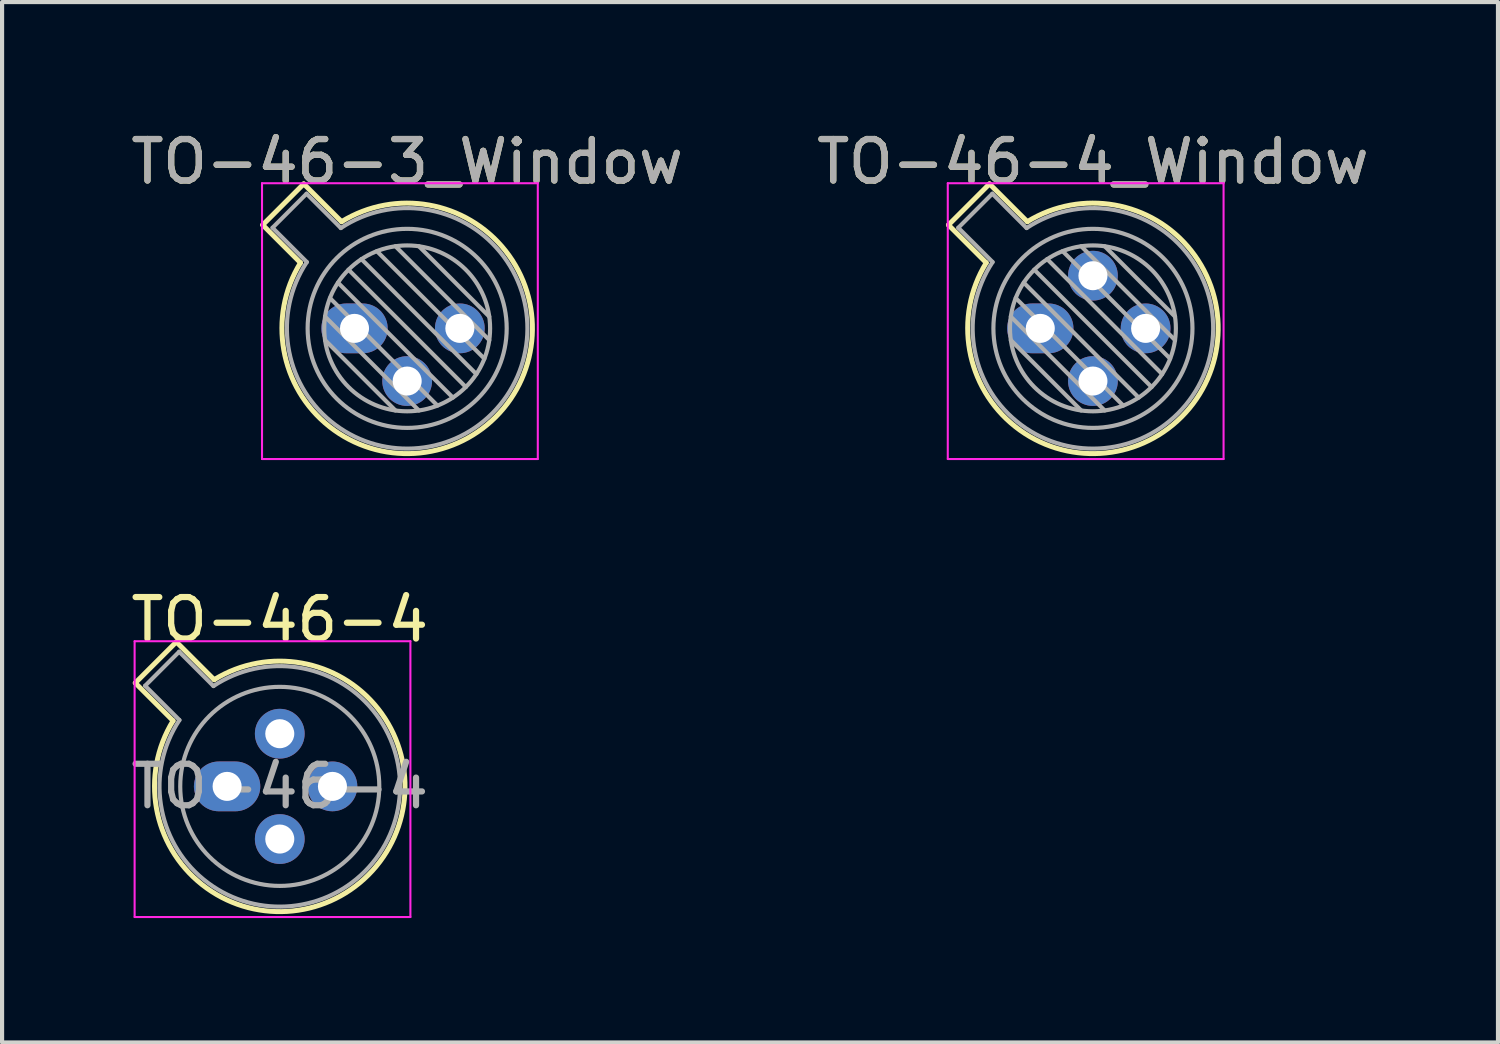
<source format=kicad_pcb>
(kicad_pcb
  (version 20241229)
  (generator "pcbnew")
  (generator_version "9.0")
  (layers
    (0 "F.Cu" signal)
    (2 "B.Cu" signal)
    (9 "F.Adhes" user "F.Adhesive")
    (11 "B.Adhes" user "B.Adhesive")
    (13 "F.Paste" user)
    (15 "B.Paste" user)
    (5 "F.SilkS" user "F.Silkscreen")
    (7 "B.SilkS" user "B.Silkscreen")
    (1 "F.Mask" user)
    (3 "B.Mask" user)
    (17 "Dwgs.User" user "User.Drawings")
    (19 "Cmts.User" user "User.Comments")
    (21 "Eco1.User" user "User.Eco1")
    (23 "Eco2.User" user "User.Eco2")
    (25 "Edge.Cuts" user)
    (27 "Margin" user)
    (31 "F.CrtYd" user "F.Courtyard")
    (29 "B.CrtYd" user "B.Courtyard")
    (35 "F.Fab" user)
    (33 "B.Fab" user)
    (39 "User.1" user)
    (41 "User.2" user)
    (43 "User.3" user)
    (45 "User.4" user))
  (footprint "TO-46-4_Window"
    (layer "F.Cu")
    (at 22.034 4.868)
    (property "Reference" "TO-46-4_Window" (at 1.27 -4.02 0) (layer "F.SilkS") (effects (font (size 1 1) (thickness 0.15))))
    (attr through_hole)
    (fp_line (start -2.214 -2.494) (end -1.302 -1.582) (stroke (width 0.12) (type solid)) (layer "F.SilkS"))
    (fp_line (start -1.224 -3.484) (end -2.214 -2.494) (stroke (width 0.12) (type solid)) (layer "F.SilkS"))
    (fp_line (start -0.312 -2.572) (end -1.224 -3.484) (stroke (width 0.12) (type solid)) (layer "F.SilkS"))
    (fp_arc (start -0.312331 -2.572281) (mid 3.405374 2.135551) (end -1.30215 -1.582544) (stroke (width 0.12) (type solid)) (layer "F.SilkS"))
    (fp_line (start -2.23 -3.5) (end -2.23 3.15) (stroke (width 0.05) (type solid)) (layer "F.CrtYd"))
    (fp_line (start -2.23 3.15) (end 4.42 3.15) (stroke (width 0.05) (type solid)) (layer "F.CrtYd"))
    (fp_line (start 4.42 -3.5) (end -2.23 -3.5) (stroke (width 0.05) (type solid)) (layer "F.CrtYd"))
    (fp_line (start 4.42 3.15) (end 4.42 -3.5) (stroke (width 0.05) (type solid)) (layer "F.CrtYd"))
    (fp_line (start -1.977 -2.426) (end -1.149 -1.599) (stroke (width 0.1) (type solid)) (layer "F.Fab"))
    (fp_line (start -1.156 -3.247) (end -1.977 -2.426) (stroke (width 0.1) (type solid)) (layer "F.Fab"))
    (fp_line (start -0.71 -0.283) (end 1.553 1.98) (stroke (width 0.1) (type solid)) (layer "F.Fab"))
    (fp_line (start -0.71 0.283) (end 0.987 1.98) (stroke (width 0.1) (type solid)) (layer "F.Fab"))
    (fp_line (start -0.592 -0.731) (end 2.001 1.862) (stroke (width 0.1) (type solid)) (layer "F.Fab"))
    (fp_line (start -0.399 -1.103) (end 2.373 1.669) (stroke (width 0.1) (type solid)) (layer "F.Fab"))
    (fp_line (start -0.329 -2.419) (end -1.156 -3.247) (stroke (width 0.1) (type solid)) (layer "F.Fab"))
    (fp_line (start -0.145 -1.415) (end 2.685 1.415) (stroke (width 0.1) (type solid)) (layer "F.Fab"))
    (fp_line (start 0.167 -1.669) (end 2.939 1.103) (stroke (width 0.1) (type solid)) (layer "F.Fab"))
    (fp_line (start 0.539 -1.862) (end 3.132 0.731) (stroke (width 0.1) (type solid)) (layer "F.Fab"))
    (fp_line (start 0.987 -1.98) (end 3.25 0.283) (stroke (width 0.1) (type solid)) (layer "F.Fab"))
    (fp_line (start 1.553 -1.98) (end 3.25 -0.283) (stroke (width 0.1) (type solid)) (layer "F.Fab"))
    (fp_arc (start -0.329057 -2.419301) (mid 3.321075 2.050145) (end -1.150029 -1.597956) (stroke (width 0.1) (type solid)) (layer "F.Fab"))
    (fp_circle (center 1.27 0) (end 3.27 0) (stroke (width 0.1) (type solid)) (fill no) (layer "F.Fab"))
    (fp_circle (center 1.27 0) (end 3.67 0) (stroke (width 0.1) (type solid)) (fill no) (layer "F.Fab"))
    (fp_text user "${REFERENCE}" (at 1.27 -4.02 0) (layer "F.Fab") (effects (font (size 1 1) (thickness 0.15))))
    (pad "1" thru_hole oval (at 0 0) (size 1.6 1.2) (drill 0.7) (layers "*.Cu" "*.Mask"))
    (pad "2" thru_hole oval (at 1.27 1.27) (size 1.2 1.2) (drill 0.7) (layers "*.Cu" "*.Mask"))
    (pad "3" thru_hole oval (at 2.54 0) (size 1.2 1.2) (drill 0.7) (layers "*.Cu" "*.Mask"))
    (pad "4" thru_hole oval (at 1.27 -1.27) (size 1.2 1.2) (drill 0.7) (layers "*.Cu" "*.Mask")))
  (footprint "TO-46-3_Window"
    (layer "F.Cu")
    (at 5.498 4.868)
    (property "Reference" "TO-46-3_Window" (at 1.27 -4.02 0) (layer "F.SilkS") (effects (font (size 1 1) (thickness 0.15))))
    (attr through_hole)
    (fp_line (start -2.214 -2.494) (end -1.302 -1.582) (stroke (width 0.12) (type solid)) (layer "F.SilkS"))
    (fp_line (start -1.224 -3.484) (end -2.214 -2.494) (stroke (width 0.12) (type solid)) (layer "F.SilkS"))
    (fp_line (start -0.312 -2.572) (end -1.224 -3.484) (stroke (width 0.12) (type solid)) (layer "F.SilkS"))
    (fp_arc (start -0.312331 -2.572281) (mid 3.405374 2.135551) (end -1.30215 -1.582544) (stroke (width 0.12) (type solid)) (layer "F.SilkS"))
    (fp_line (start -2.23 -3.5) (end -2.23 3.15) (stroke (width 0.05) (type solid)) (layer "F.CrtYd"))
    (fp_line (start -2.23 3.15) (end 4.42 3.15) (stroke (width 0.05) (type solid)) (layer "F.CrtYd"))
    (fp_line (start 4.42 -3.5) (end -2.23 -3.5) (stroke (width 0.05) (type solid)) (layer "F.CrtYd"))
    (fp_line (start 4.42 3.15) (end 4.42 -3.5) (stroke (width 0.05) (type solid)) (layer "F.CrtYd"))
    (fp_line (start -1.977 -2.426) (end -1.149 -1.599) (stroke (width 0.1) (type solid)) (layer "F.Fab"))
    (fp_line (start -1.156 -3.247) (end -1.977 -2.426) (stroke (width 0.1) (type solid)) (layer "F.Fab"))
    (fp_line (start -0.71 -0.283) (end 1.553 1.98) (stroke (width 0.1) (type solid)) (layer "F.Fab"))
    (fp_line (start -0.71 0.283) (end 0.987 1.98) (stroke (width 0.1) (type solid)) (layer "F.Fab"))
    (fp_line (start -0.592 -0.731) (end 2.001 1.862) (stroke (width 0.1) (type solid)) (layer "F.Fab"))
    (fp_line (start -0.399 -1.103) (end 2.373 1.669) (stroke (width 0.1) (type solid)) (layer "F.Fab"))
    (fp_line (start -0.329 -2.419) (end -1.156 -3.247) (stroke (width 0.1) (type solid)) (layer "F.Fab"))
    (fp_line (start -0.145 -1.415) (end 2.685 1.415) (stroke (width 0.1) (type solid)) (layer "F.Fab"))
    (fp_line (start 0.167 -1.669) (end 2.939 1.103) (stroke (width 0.1) (type solid)) (layer "F.Fab"))
    (fp_line (start 0.539 -1.862) (end 3.132 0.731) (stroke (width 0.1) (type solid)) (layer "F.Fab"))
    (fp_line (start 0.987 -1.98) (end 3.25 0.283) (stroke (width 0.1) (type solid)) (layer "F.Fab"))
    (fp_line (start 1.553 -1.98) (end 3.25 -0.283) (stroke (width 0.1) (type solid)) (layer "F.Fab"))
    (fp_arc (start -0.329057 -2.419301) (mid 3.321075 2.050145) (end -1.150029 -1.597956) (stroke (width 0.1) (type solid)) (layer "F.Fab"))
    (fp_circle (center 1.27 0) (end 3.27 0) (stroke (width 0.1) (type solid)) (fill no) (layer "F.Fab"))
    (fp_circle (center 1.27 0) (end 3.67 0) (stroke (width 0.1) (type solid)) (fill no) (layer "F.Fab"))
    (fp_text user "${REFERENCE}" (at 1.27 -4.02 0) (layer "F.Fab") (effects (font (size 1 1) (thickness 0.15))))
    (pad "1" thru_hole oval (at 0 0) (size 1.6 1.2) (drill 0.7) (layers "*.Cu" "*.Mask"))
    (pad "2" thru_hole oval (at 1.27 1.27) (size 1.2 1.2) (drill 0.7) (layers "*.Cu" "*.Mask"))
    (pad "3" thru_hole oval (at 2.54 0) (size 1.2 1.2) (drill 0.7) (layers "*.Cu" "*.Mask")))
  (footprint "TO-46-4"
    (layer "F.Cu")
    (at 2.426 15.912)
    (property "Reference" "TO-46-4" (at 1.27 -4.02 0) (layer "F.SilkS") (effects (font (size 1 1) (thickness 0.15))))
    (attr through_hole)
    (fp_line (start -2.214 -2.494) (end -1.302 -1.582) (stroke (width 0.12) (type solid)) (layer "F.SilkS"))
    (fp_line (start -1.224 -3.484) (end -2.214 -2.494) (stroke (width 0.12) (type solid)) (layer "F.SilkS"))
    (fp_line (start -0.312 -2.572) (end -1.224 -3.484) (stroke (width 0.12) (type solid)) (layer "F.SilkS"))
    (fp_arc (start -0.312331 -2.572281) (mid 3.405374 2.135551) (end -1.30215 -1.582544) (stroke (width 0.12) (type solid)) (layer "F.SilkS"))
    (fp_line (start -2.23 -3.5) (end -2.23 3.15) (stroke (width 0.05) (type solid)) (layer "F.CrtYd"))
    (fp_line (start -2.23 3.15) (end 4.42 3.15) (stroke (width 0.05) (type solid)) (layer "F.CrtYd"))
    (fp_line (start 4.42 -3.5) (end -2.23 -3.5) (stroke (width 0.05) (type solid)) (layer "F.CrtYd"))
    (fp_line (start 4.42 3.15) (end 4.42 -3.5) (stroke (width 0.05) (type solid)) (layer "F.CrtYd"))
    (fp_line (start -1.977 -2.426) (end -1.149 -1.599) (stroke (width 0.1) (type solid)) (layer "F.Fab"))
    (fp_line (start -1.156 -3.247) (end -1.977 -2.426) (stroke (width 0.1) (type solid)) (layer "F.Fab"))
    (fp_line (start -0.329 -2.419) (end -1.156 -3.247) (stroke (width 0.1) (type solid)) (layer "F.Fab"))
    (fp_arc (start -0.329057 -2.419301) (mid 3.321075 2.050145) (end -1.150029 -1.597956) (stroke (width 0.1) (type solid)) (layer "F.Fab"))
    (fp_circle (center 1.27 0) (end 3.67 0) (stroke (width 0.1) (type solid)) (fill no) (layer "F.Fab"))
    (fp_text user "${REFERENCE}" (at 1.27 0 0) (layer "F.Fab") (effects (font (size 1 1) (thickness 0.15))))
    (pad "1" thru_hole oval (at 0 0) (size 1.6 1.2) (drill 0.7) (layers "*.Cu" "*.Mask"))
    (pad "2" thru_hole oval (at 1.27 1.27) (size 1.2 1.2) (drill 0.7) (layers "*.Cu" "*.Mask"))
    (pad "3" thru_hole oval (at 2.54 0) (size 1.2 1.2) (drill 0.7) (layers "*.Cu" "*.Mask"))
    (pad "4" thru_hole oval (at 1.27 -1.27) (size 1.2 1.2) (drill 0.7) (layers "*.Cu" "*.Mask")))
  (gr_rect
    (start -3 -3)
    (end 33.071 22.087)
    (stroke (width 0.1) (type default))
    (fill no)
    (layer "Edge.Cuts")))
</source>
